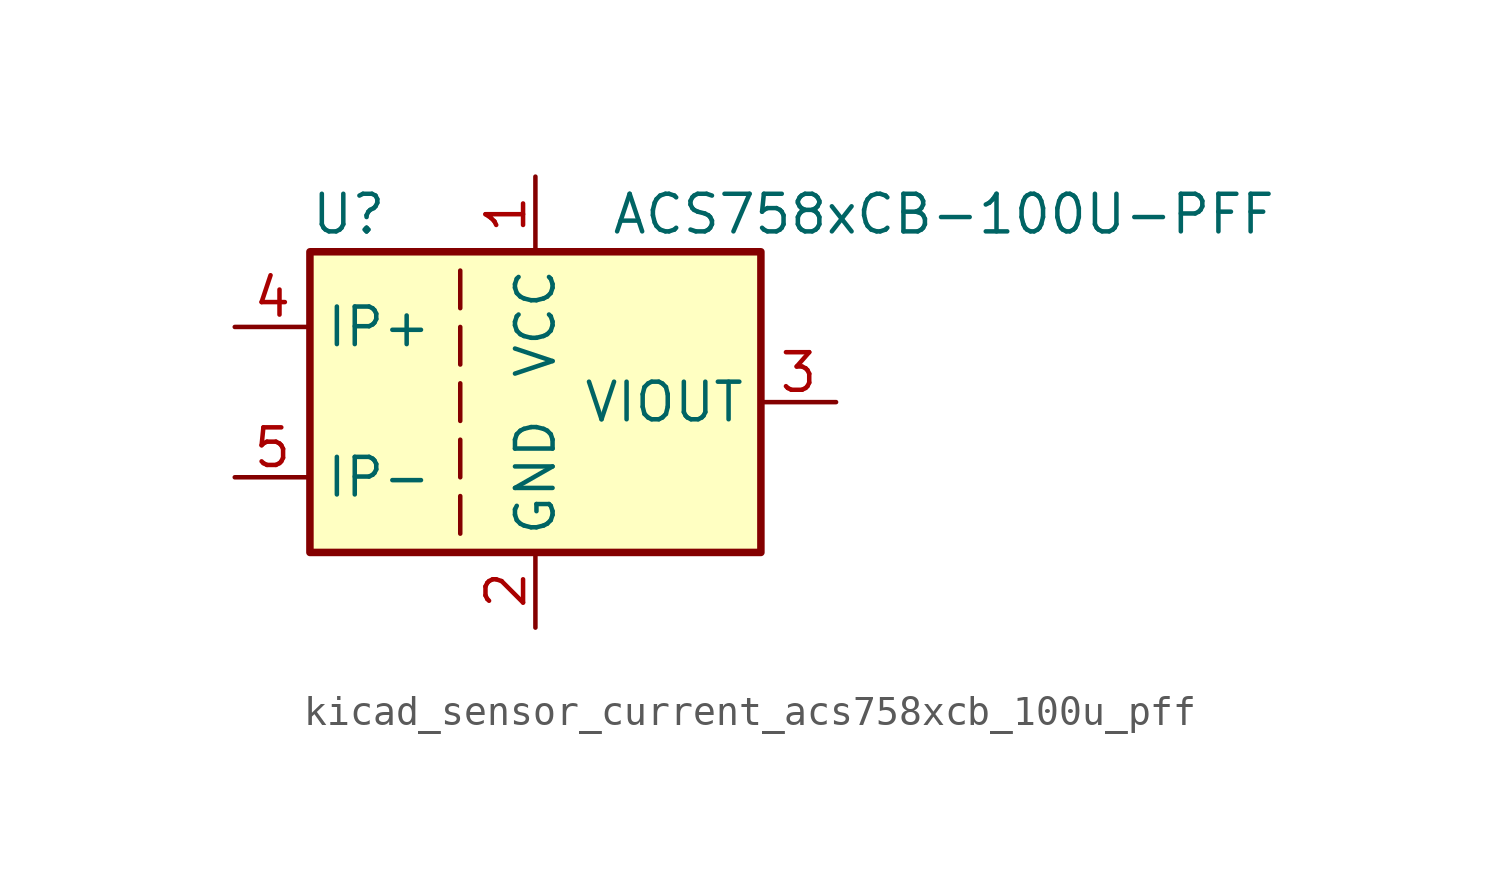
<source format=kicad_sym>
(kicad_symbol_lib
  (version 20220914)
  (generator kicad_symbol_editor)
  (symbol "kicad_sensor_current_acs758xcb_100u_pff"
    (property "Reference" "U"
      (at -7.62 6.35 0)
      (effects (font (size 1.27 1.27)) (justify left)))
    (property "Value" "ACS758xCB-100U-PFF"
      (at 2.54 6.35 0)
      (effects (font (size 1.27 1.27)) (justify left)))
    (symbol "kicad_sensor_current_acs758xcb_100u_pff_0_1"
      (rectangle (start -7.62 5.08) (end 7.62 -5.08) (stroke (width 0.254) (type default)) (fill (type background)))
      (polyline (pts (xy -2.54 -3.175) (xy -2.54 -4.445)) (stroke (width 0) (type default)) (fill (type none)))
      (polyline (pts (xy -2.54 -1.27) (xy -2.54 -2.54)) (stroke (width 0) (type default)) (fill (type none)))
      (polyline (pts (xy -2.54 0.635) (xy -2.54 -0.635)) (stroke (width 0) (type default)) (fill (type none)))
      (polyline (pts (xy -2.54 1.27) (xy -2.54 2.54)) (stroke (width 0) (type default)) (fill (type none)))
      (polyline (pts (xy -2.54 3.175) (xy -2.54 4.445)) (stroke (width 0) (type default)) (fill (type none))))
    (symbol "kicad_sensor_current_acs758xcb_100u_pff_1_1"
      (pin power_in line (at 0 7.62 270) (length 2.54) (name "VCC" (effects (font (size 1.27 1.27)))) (number "1" (effects (font (size 1.27 1.27)))))
      (pin power_in line (at 0 -7.62 90) (length 2.54) (name "GND" (effects (font (size 1.27 1.27)))) (number "2" (effects (font (size 1.27 1.27)))))
      (pin output line (at 10.16 0 180) (length 2.54) (name "VIOUT" (effects (font (size 1.27 1.27)))) (number "3" (effects (font (size 1.27 1.27)))))
      (pin passive line (at -10.16 2.54 0) (length 2.54) (name "IP+" (effects (font (size 1.27 1.27)))) (number "4" (effects (font (size 1.27 1.27)))))
      (pin passive line (at -10.16 -2.54 0) (length 2.54) (name "IP-" (effects (font (size 1.27 1.27)))) (number "5" (effects (font (size 1.27 1.27))))))))
</source>
